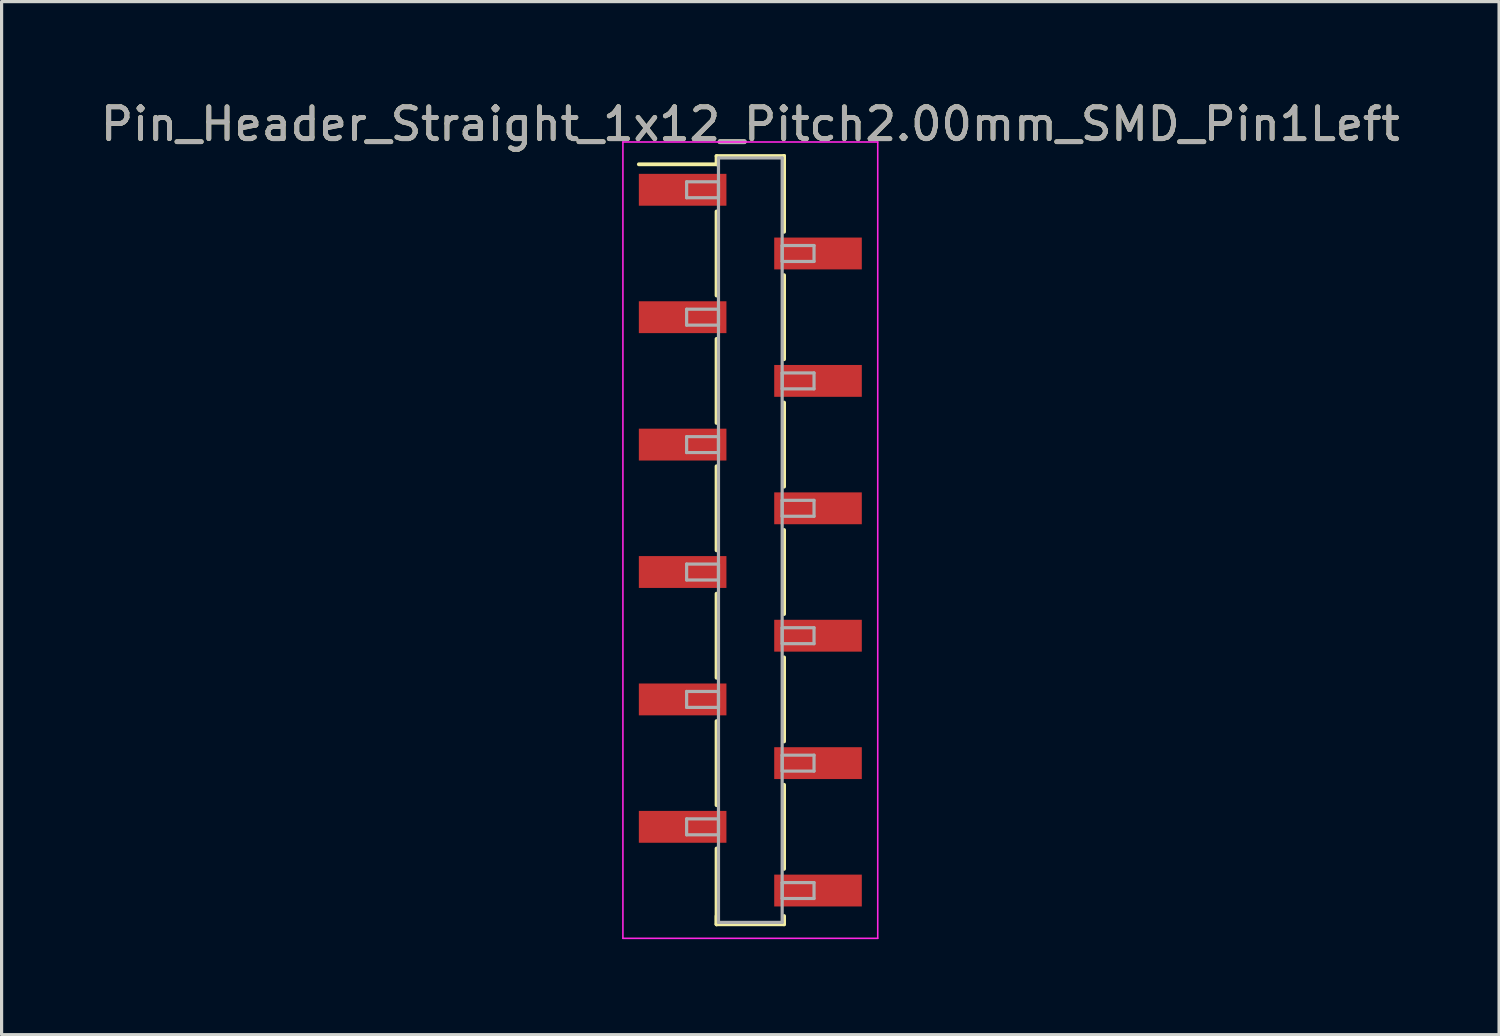
<source format=kicad_pcb>
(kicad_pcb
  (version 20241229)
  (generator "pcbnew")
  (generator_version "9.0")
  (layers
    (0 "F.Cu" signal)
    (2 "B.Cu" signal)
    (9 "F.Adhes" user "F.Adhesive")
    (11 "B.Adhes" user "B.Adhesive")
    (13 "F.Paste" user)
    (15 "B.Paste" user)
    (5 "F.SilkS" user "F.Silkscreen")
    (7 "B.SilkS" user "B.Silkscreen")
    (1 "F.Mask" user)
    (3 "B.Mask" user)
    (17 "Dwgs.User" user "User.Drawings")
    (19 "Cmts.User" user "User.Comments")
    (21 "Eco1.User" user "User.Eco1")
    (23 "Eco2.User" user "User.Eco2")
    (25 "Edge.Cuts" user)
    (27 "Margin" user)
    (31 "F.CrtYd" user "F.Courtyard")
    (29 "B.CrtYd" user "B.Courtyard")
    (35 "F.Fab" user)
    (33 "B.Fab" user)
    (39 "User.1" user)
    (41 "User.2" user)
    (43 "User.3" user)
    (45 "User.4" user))
  (footprint "Pin_Header_Straight_1x12_Pitch2.00mm_SMD_Pin1Left"
    (layer "F.Cu")
    (at 20.506 13.908)
    (property "Reference" "Pin_Header_Straight_1x12_Pitch2.00mm_SMD_Pin1Left" (at 0 -13.06 0) (layer "F.SilkS") (effects (font (size 1 1) (thickness 0.15))))
    (attr smd)
    (fp_line (start -1.06 -12.06) (end 1.06 -12.06) (stroke (width 0.12) (type solid)) (layer "F.SilkS"))
    (fp_line (start -1.06 -11.8) (end -3.5 -11.8) (stroke (width 0.12) (type solid)) (layer "F.SilkS"))
    (fp_line (start -1.06 -11.8) (end -1.06 -12.06) (stroke (width 0.12) (type solid)) (layer "F.SilkS"))
    (fp_line (start -1.06 -10.32) (end -1.06 -7.68) (stroke (width 0.12) (type solid)) (layer "F.SilkS"))
    (fp_line (start -1.06 -6.32) (end -1.06 -3.68) (stroke (width 0.12) (type solid)) (layer "F.SilkS"))
    (fp_line (start -1.06 -2.32) (end -1.06 0.32) (stroke (width 0.12) (type solid)) (layer "F.SilkS"))
    (fp_line (start -1.06 1.68) (end -1.06 4.32) (stroke (width 0.12) (type solid)) (layer "F.SilkS"))
    (fp_line (start -1.06 5.68) (end -1.06 8.32) (stroke (width 0.12) (type solid)) (layer "F.SilkS"))
    (fp_line (start -1.06 9.68) (end -1.06 12.06) (stroke (width 0.12) (type solid)) (layer "F.SilkS"))
    (fp_line (start -1.06 11.8) (end -1.06 12.06) (stroke (width 0.12) (type solid)) (layer "F.SilkS"))
    (fp_line (start -1.06 12.06) (end 1.06 12.06) (stroke (width 0.12) (type solid)) (layer "F.SilkS"))
    (fp_line (start 1.06 -12.06) (end 1.06 -11.8) (stroke (width 0.12) (type solid)) (layer "F.SilkS"))
    (fp_line (start 1.06 -12.06) (end 1.06 -9.68) (stroke (width 0.12) (type solid)) (layer "F.SilkS"))
    (fp_line (start 1.06 -8.32) (end 1.06 -5.68) (stroke (width 0.12) (type solid)) (layer "F.SilkS"))
    (fp_line (start 1.06 -4.32) (end 1.06 -1.68) (stroke (width 0.12) (type solid)) (layer "F.SilkS"))
    (fp_line (start 1.06 -0.32) (end 1.06 2.32) (stroke (width 0.12) (type solid)) (layer "F.SilkS"))
    (fp_line (start 1.06 3.68) (end 1.06 6.32) (stroke (width 0.12) (type solid)) (layer "F.SilkS"))
    (fp_line (start 1.06 7.68) (end 1.06 10.32) (stroke (width 0.12) (type solid)) (layer "F.SilkS"))
    (fp_line (start 1.06 12.06) (end 1.06 11.8) (stroke (width 0.12) (type solid)) (layer "F.SilkS"))
    (fp_line (start -4 -12.5) (end -4 12.5) (stroke (width 0.05) (type solid)) (layer "F.CrtYd"))
    (fp_line (start -4 12.5) (end 4 12.5) (stroke (width 0.05) (type solid)) (layer "F.CrtYd"))
    (fp_line (start 4 -12.5) (end -4 -12.5) (stroke (width 0.05) (type solid)) (layer "F.CrtYd"))
    (fp_line (start 4 12.5) (end 4 -12.5) (stroke (width 0.05) (type solid)) (layer "F.CrtYd"))
    (fp_line (start -2 -11.25) (end -1 -11.25) (stroke (width 0.1) (type solid)) (layer "F.Fab"))
    (fp_line (start -2 -10.75) (end -2 -11.25) (stroke (width 0.1) (type solid)) (layer "F.Fab"))
    (fp_line (start -2 -7.25) (end -1 -7.25) (stroke (width 0.1) (type solid)) (layer "F.Fab"))
    (fp_line (start -2 -6.75) (end -2 -7.25) (stroke (width 0.1) (type solid)) (layer "F.Fab"))
    (fp_line (start -2 -3.25) (end -1 -3.25) (stroke (width 0.1) (type solid)) (layer "F.Fab"))
    (fp_line (start -2 -2.75) (end -2 -3.25) (stroke (width 0.1) (type solid)) (layer "F.Fab"))
    (fp_line (start -2 0.75) (end -1 0.75) (stroke (width 0.1) (type solid)) (layer "F.Fab"))
    (fp_line (start -2 1.25) (end -2 0.75) (stroke (width 0.1) (type solid)) (layer "F.Fab"))
    (fp_line (start -2 4.75) (end -1 4.75) (stroke (width 0.1) (type solid)) (layer "F.Fab"))
    (fp_line (start -2 5.25) (end -2 4.75) (stroke (width 0.1) (type solid)) (layer "F.Fab"))
    (fp_line (start -2 8.75) (end -1 8.75) (stroke (width 0.1) (type solid)) (layer "F.Fab"))
    (fp_line (start -2 9.25) (end -2 8.75) (stroke (width 0.1) (type solid)) (layer "F.Fab"))
    (fp_line (start -1 -12) (end -1 12) (stroke (width 0.1) (type solid)) (layer "F.Fab"))
    (fp_line (start -1 -11.25) (end -1 -10.75) (stroke (width 0.1) (type solid)) (layer "F.Fab"))
    (fp_line (start -1 -10.75) (end -2 -10.75) (stroke (width 0.1) (type solid)) (layer "F.Fab"))
    (fp_line (start -1 -7.25) (end -1 -6.75) (stroke (width 0.1) (type solid)) (layer "F.Fab"))
    (fp_line (start -1 -6.75) (end -2 -6.75) (stroke (width 0.1) (type solid)) (layer "F.Fab"))
    (fp_line (start -1 -3.25) (end -1 -2.75) (stroke (width 0.1) (type solid)) (layer "F.Fab"))
    (fp_line (start -1 -2.75) (end -2 -2.75) (stroke (width 0.1) (type solid)) (layer "F.Fab"))
    (fp_line (start -1 0.75) (end -1 1.25) (stroke (width 0.1) (type solid)) (layer "F.Fab"))
    (fp_line (start -1 1.25) (end -2 1.25) (stroke (width 0.1) (type solid)) (layer "F.Fab"))
    (fp_line (start -1 4.75) (end -1 5.25) (stroke (width 0.1) (type solid)) (layer "F.Fab"))
    (fp_line (start -1 5.25) (end -2 5.25) (stroke (width 0.1) (type solid)) (layer "F.Fab"))
    (fp_line (start -1 8.75) (end -1 9.25) (stroke (width 0.1) (type solid)) (layer "F.Fab"))
    (fp_line (start -1 9.25) (end -2 9.25) (stroke (width 0.1) (type solid)) (layer "F.Fab"))
    (fp_line (start -1 12) (end 1 12) (stroke (width 0.1) (type solid)) (layer "F.Fab"))
    (fp_line (start 1 -12) (end -1 -12) (stroke (width 0.1) (type solid)) (layer "F.Fab"))
    (fp_line (start 1 -9.25) (end 1 -8.75) (stroke (width 0.1) (type solid)) (layer "F.Fab"))
    (fp_line (start 1 -8.75) (end 2 -8.75) (stroke (width 0.1) (type solid)) (layer "F.Fab"))
    (fp_line (start 1 -5.25) (end 1 -4.75) (stroke (width 0.1) (type solid)) (layer "F.Fab"))
    (fp_line (start 1 -4.75) (end 2 -4.75) (stroke (width 0.1) (type solid)) (layer "F.Fab"))
    (fp_line (start 1 -1.25) (end 1 -0.75) (stroke (width 0.1) (type solid)) (layer "F.Fab"))
    (fp_line (start 1 -0.75) (end 2 -0.75) (stroke (width 0.1) (type solid)) (layer "F.Fab"))
    (fp_line (start 1 2.75) (end 1 3.25) (stroke (width 0.1) (type solid)) (layer "F.Fab"))
    (fp_line (start 1 3.25) (end 2 3.25) (stroke (width 0.1) (type solid)) (layer "F.Fab"))
    (fp_line (start 1 6.75) (end 1 7.25) (stroke (width 0.1) (type solid)) (layer "F.Fab"))
    (fp_line (start 1 7.25) (end 2 7.25) (stroke (width 0.1) (type solid)) (layer "F.Fab"))
    (fp_line (start 1 10.75) (end 1 11.25) (stroke (width 0.1) (type solid)) (layer "F.Fab"))
    (fp_line (start 1 11.25) (end 2 11.25) (stroke (width 0.1) (type solid)) (layer "F.Fab"))
    (fp_line (start 1 12) (end 1 -12) (stroke (width 0.1) (type solid)) (layer "F.Fab"))
    (fp_line (start 2 -9.25) (end 1 -9.25) (stroke (width 0.1) (type solid)) (layer "F.Fab"))
    (fp_line (start 2 -8.75) (end 2 -9.25) (stroke (width 0.1) (type solid)) (layer "F.Fab"))
    (fp_line (start 2 -5.25) (end 1 -5.25) (stroke (width 0.1) (type solid)) (layer "F.Fab"))
    (fp_line (start 2 -4.75) (end 2 -5.25) (stroke (width 0.1) (type solid)) (layer "F.Fab"))
    (fp_line (start 2 -1.25) (end 1 -1.25) (stroke (width 0.1) (type solid)) (layer "F.Fab"))
    (fp_line (start 2 -0.75) (end 2 -1.25) (stroke (width 0.1) (type solid)) (layer "F.Fab"))
    (fp_line (start 2 2.75) (end 1 2.75) (stroke (width 0.1) (type solid)) (layer "F.Fab"))
    (fp_line (start 2 3.25) (end 2 2.75) (stroke (width 0.1) (type solid)) (layer "F.Fab"))
    (fp_line (start 2 6.75) (end 1 6.75) (stroke (width 0.1) (type solid)) (layer "F.Fab"))
    (fp_line (start 2 7.25) (end 2 6.75) (stroke (width 0.1) (type solid)) (layer "F.Fab"))
    (fp_line (start 2 10.75) (end 1 10.75) (stroke (width 0.1) (type solid)) (layer "F.Fab"))
    (fp_line (start 2 11.25) (end 2 10.75) (stroke (width 0.1) (type solid)) (layer "F.Fab"))
    (fp_text user "${REFERENCE}" (at 0 -13.06 0) (layer "F.Fab") (effects (font (size 1 1) (thickness 0.15))))
    (pad "1" smd rect (at -2.125 -11) (size 2.75 1) (layers "F.Cu" "F.Mask" "F.Paste"))
    (pad "2" smd rect (at 2.125 -9) (size 2.75 1) (layers "F.Cu" "F.Mask" "F.Paste"))
    (pad "3" smd rect (at -2.125 -7) (size 2.75 1) (layers "F.Cu" "F.Mask" "F.Paste"))
    (pad "4" smd rect (at 2.125 -5) (size 2.75 1) (layers "F.Cu" "F.Mask" "F.Paste"))
    (pad "5" smd rect (at -2.125 -3) (size 2.75 1) (layers "F.Cu" "F.Mask" "F.Paste"))
    (pad "6" smd rect (at 2.125 -1) (size 2.75 1) (layers "F.Cu" "F.Mask" "F.Paste"))
    (pad "7" smd rect (at -2.125 1) (size 2.75 1) (layers "F.Cu" "F.Mask" "F.Paste"))
    (pad "8" smd rect (at 2.125 3) (size 2.75 1) (layers "F.Cu" "F.Mask" "F.Paste"))
    (pad "9" smd rect (at -2.125 5) (size 2.75 1) (layers "F.Cu" "F.Mask" "F.Paste"))
    (pad "10" smd rect (at 2.125 7) (size 2.75 1) (layers "F.Cu" "F.Mask" "F.Paste"))
    (pad "11" smd rect (at -2.125 9) (size 2.75 1) (layers "F.Cu" "F.Mask" "F.Paste"))
    (pad "12" smd rect (at 2.125 11) (size 2.75 1) (layers "F.Cu" "F.Mask" "F.Paste")))
  (gr_rect
    (start -3 -3)
    (end 44.012 29.433)
    (stroke (width 0.1) (type default))
    (fill no)
    (layer "Edge.Cuts")))
</source>
